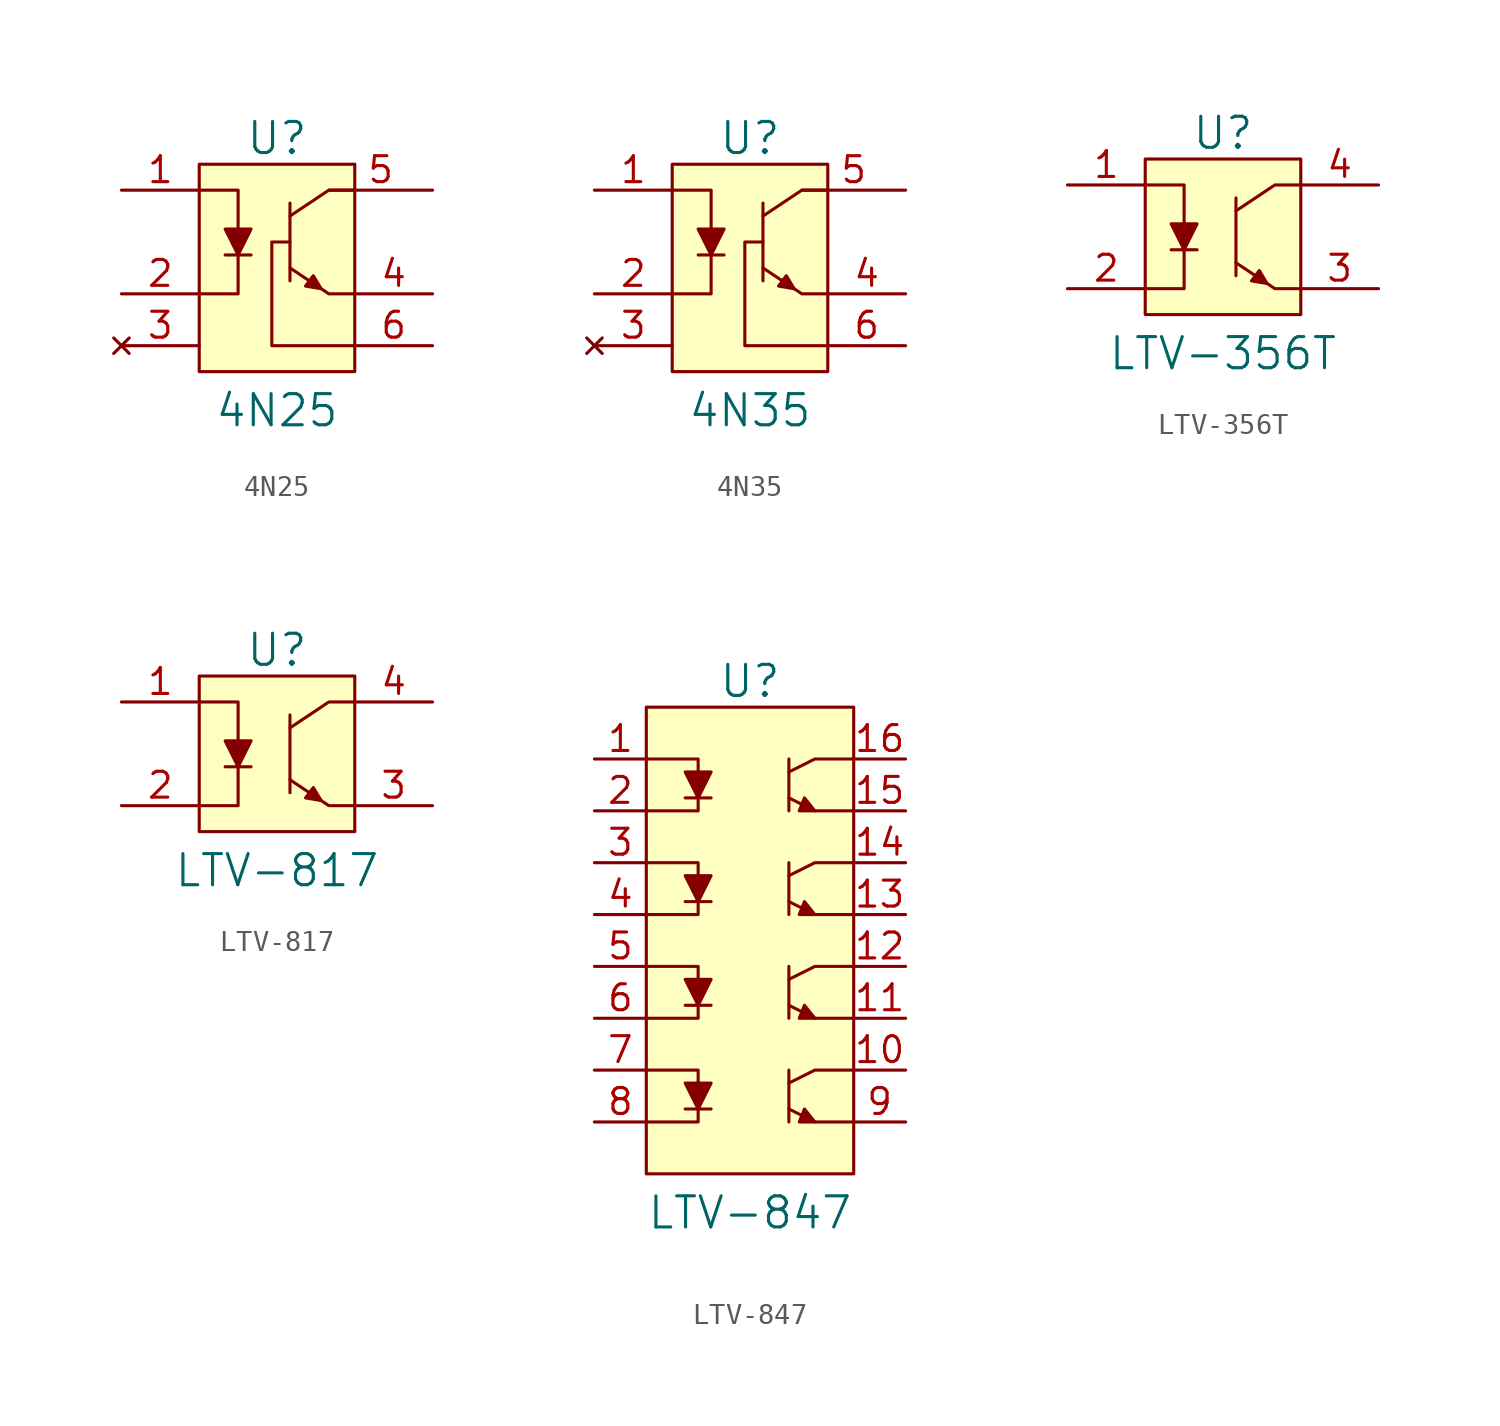
<source format=kicad_sym>
(kicad_symbol_lib
  (version 20201005)
  (generator kicad_symbol_editor)
  (symbol "4N25"
    (pin_names
      (offset 1.016))
    (property "Reference" "U"
      (at 0 5.08 0)
      (effects (font (size 1.524 1.524))))
    (property "Value" "4N25"
      (at 0 -8.255 0)
      (effects (font (size 1.524 1.524))))
    (symbol "4N25_0_1"
      (rectangle (start -3.81 3.81) (end 3.81 -6.35) (stroke (width 0)) (fill (type background)))
      (polyline (pts (xy -2.54 -0.635) (xy -1.27 -0.635)) (stroke (width 0)) (fill (type none)))
      (polyline (pts (xy 0.635 1.905) (xy 0.635 -1.905)) (stroke (width 0)) (fill (type none)))
      (polyline (pts (xy -3.81 -2.54) (xy -1.905 -2.54) (xy -1.905 -0.635)) (stroke (width 0)) (fill (type none)))
      (polyline (pts (xy -3.81 2.54) (xy -1.905 2.54) (xy -1.905 0.635)) (stroke (width 0)) (fill (type none)))
      (polyline (pts (xy 0.635 -1.27) (xy 2.54 -2.54) (xy 3.81 -2.54)) (stroke (width 0)) (fill (type none)))
      (polyline (pts (xy 0.635 1.27) (xy 2.54 2.54) (xy 3.81 2.54)) (stroke (width 0)) (fill (type none)))
      (polyline (pts (xy -2.54 0.635) (xy -1.27 0.635) (xy -1.905 -0.635) (xy -2.54 0.635)) (stroke (width 0)) (fill (type outline)))
      (polyline (pts (xy 2.159 -2.286) (xy 1.778 -1.651) (xy 1.397 -2.159) (xy 2.159 -2.286)) (stroke (width 0)) (fill (type outline)))
      (polyline (pts (xy 3.81 -5.08) (xy -0.254 -5.08) (xy -0.254 0) (xy 0.635 0)) (stroke (width 0)) (fill (type none))))
    (symbol "4N25_1_1"
      (pin passive line (at -7.62 2.54 0) (length 3.81) (name "~" (effects (font (size 1.27 1.27)))) (number "1" (effects (font (size 1.27 1.27)))))
      (pin passive line (at -7.62 -2.54 0) (length 3.81) (name "~" (effects (font (size 1.27 1.27)))) (number "2" (effects (font (size 1.27 1.27)))))
      (pin no_connect line (at -7.62 -5.08 0) (length 3.81) (name "~" (effects (font (size 1.27 1.27)))) (number "3" (effects (font (size 1.27 1.27)))))
      (pin passive line (at 7.62 -2.54 180) (length 3.81) (name "~" (effects (font (size 1.27 1.27)))) (number "4" (effects (font (size 1.27 1.27)))))
      (pin output line (at 7.62 2.54 180) (length 5.08) (name "~" (effects (font (size 1.27 1.27)))) (number "5" (effects (font (size 1.27 1.27)))))
      (pin input line (at 7.62 -5.08 180) (length 3.81) (name "~" (effects (font (size 1.27 1.27)))) (number "6" (effects (font (size 1.27 1.27)))))))
  (symbol "4N35"
    (pin_names
      (offset 1.016))
    (property "Reference" "U"
      (at 0 5.08 0)
      (effects (font (size 1.524 1.524))))
    (property "Value" "4N35"
      (at 0 -8.255 0)
      (effects (font (size 1.524 1.524))))
    (symbol "4N35_0_1"
      (rectangle (start -3.81 3.81) (end 3.81 -6.35) (stroke (width 0)) (fill (type background)))
      (polyline (pts (xy -2.54 -0.635) (xy -1.27 -0.635)) (stroke (width 0)) (fill (type none)))
      (polyline (pts (xy 0.635 1.905) (xy 0.635 -1.905)) (stroke (width 0)) (fill (type none)))
      (polyline (pts (xy -3.81 -2.54) (xy -1.905 -2.54) (xy -1.905 -0.635)) (stroke (width 0)) (fill (type none)))
      (polyline (pts (xy -3.81 2.54) (xy -1.905 2.54) (xy -1.905 0.635)) (stroke (width 0)) (fill (type none)))
      (polyline (pts (xy 0.635 -1.27) (xy 2.54 -2.54) (xy 3.81 -2.54)) (stroke (width 0)) (fill (type none)))
      (polyline (pts (xy 0.635 1.27) (xy 2.54 2.54) (xy 3.81 2.54)) (stroke (width 0)) (fill (type none)))
      (polyline (pts (xy -2.54 0.635) (xy -1.27 0.635) (xy -1.905 -0.635) (xy -2.54 0.635)) (stroke (width 0)) (fill (type outline)))
      (polyline (pts (xy 2.159 -2.286) (xy 1.778 -1.651) (xy 1.397 -2.159) (xy 2.159 -2.286)) (stroke (width 0)) (fill (type outline)))
      (polyline (pts (xy 3.81 -5.08) (xy -0.254 -5.08) (xy -0.254 0) (xy 0.635 0)) (stroke (width 0)) (fill (type none))))
    (symbol "4N35_1_1"
      (pin passive line (at -7.62 2.54 0) (length 3.81) (name "~" (effects (font (size 1.27 1.27)))) (number "1" (effects (font (size 1.27 1.27)))))
      (pin passive line (at -7.62 -2.54 0) (length 3.81) (name "~" (effects (font (size 1.27 1.27)))) (number "2" (effects (font (size 1.27 1.27)))))
      (pin no_connect line (at -7.62 -5.08 0) (length 3.81) (name "~" (effects (font (size 1.27 1.27)))) (number "3" (effects (font (size 1.27 1.27)))))
      (pin passive line (at 7.62 -2.54 180) (length 3.81) (name "~" (effects (font (size 1.27 1.27)))) (number "4" (effects (font (size 1.27 1.27)))))
      (pin output line (at 7.62 2.54 180) (length 5.08) (name "~" (effects (font (size 1.27 1.27)))) (number "5" (effects (font (size 1.27 1.27)))))
      (pin input line (at 7.62 -5.08 180) (length 3.81) (name "~" (effects (font (size 1.27 1.27)))) (number "6" (effects (font (size 1.27 1.27)))))))
  (symbol "LTV-356T"
    (pin_names
      (offset 1.016))
    (property "Reference" "U"
      (at 0 5.08 0)
      (effects (font (size 1.524 1.524))))
    (property "Value" "LTV-356T"
      (at 0 -5.715 0)
      (effects (font (size 1.524 1.524))))
    (symbol "LTV-356T_0_1"
      (rectangle (start -3.81 3.81) (end 3.81 -3.81) (stroke (width 0)) (fill (type background)))
      (polyline (pts (xy -2.54 -0.635) (xy -1.27 -0.635)) (stroke (width 0)) (fill (type none)))
      (polyline (pts (xy 0.635 1.905) (xy 0.635 -1.905)) (stroke (width 0)) (fill (type none)))
      (polyline (pts (xy -3.81 -2.54) (xy -1.905 -2.54) (xy -1.905 -0.635)) (stroke (width 0)) (fill (type none)))
      (polyline (pts (xy -3.81 2.54) (xy -1.905 2.54) (xy -1.905 0.635)) (stroke (width 0)) (fill (type none)))
      (polyline (pts (xy 0.635 -1.27) (xy 2.54 -2.54) (xy 3.81 -2.54)) (stroke (width 0)) (fill (type none)))
      (polyline (pts (xy 0.635 1.27) (xy 2.54 2.54) (xy 3.81 2.54)) (stroke (width 0)) (fill (type none)))
      (polyline (pts (xy -2.54 0.635) (xy -1.27 0.635) (xy -1.905 -0.635) (xy -2.54 0.635)) (stroke (width 0)) (fill (type outline)))
      (polyline (pts (xy 2.159 -2.286) (xy 1.778 -1.651) (xy 1.397 -2.159) (xy 2.159 -2.286)) (stroke (width 0)) (fill (type outline))))
    (symbol "LTV-356T_1_1"
      (pin passive line (at -7.62 2.54 0) (length 3.81) (name "~" (effects (font (size 1.27 1.27)))) (number "1" (effects (font (size 1.27 1.27)))))
      (pin passive line (at -7.62 -2.54 0) (length 3.81) (name "~" (effects (font (size 1.27 1.27)))) (number "2" (effects (font (size 1.27 1.27)))))
      (pin passive line (at 7.62 -2.54 180) (length 3.81) (name "~" (effects (font (size 1.27 1.27)))) (number "3" (effects (font (size 1.27 1.27)))))
      (pin passive line (at 7.62 2.54 180) (length 3.81) (name "~" (effects (font (size 1.27 1.27)))) (number "4" (effects (font (size 1.27 1.27)))))))
  (symbol "LTV-817"
    (pin_names
      (offset 1.016))
    (property "Reference" "U"
      (at 0 5.08 0)
      (effects (font (size 1.524 1.524))))
    (property "Value" "LTV-817"
      (at 0 -5.715 0)
      (effects (font (size 1.524 1.524))))
    (symbol "LTV-817_0_1"
      (rectangle (start -3.81 3.81) (end 3.81 -3.81) (stroke (width 0)) (fill (type background)))
      (polyline (pts (xy -2.54 -0.635) (xy -1.27 -0.635)) (stroke (width 0)) (fill (type none)))
      (polyline (pts (xy 0.635 1.905) (xy 0.635 -1.905)) (stroke (width 0)) (fill (type none)))
      (polyline (pts (xy -3.81 -2.54) (xy -1.905 -2.54) (xy -1.905 -0.635)) (stroke (width 0)) (fill (type none)))
      (polyline (pts (xy -3.81 2.54) (xy -1.905 2.54) (xy -1.905 0.635)) (stroke (width 0)) (fill (type none)))
      (polyline (pts (xy 0.635 -1.27) (xy 2.54 -2.54) (xy 3.81 -2.54)) (stroke (width 0)) (fill (type none)))
      (polyline (pts (xy 0.635 1.27) (xy 2.54 2.54) (xy 3.81 2.54)) (stroke (width 0)) (fill (type none)))
      (polyline (pts (xy -2.54 0.635) (xy -1.27 0.635) (xy -1.905 -0.635) (xy -2.54 0.635)) (stroke (width 0)) (fill (type outline)))
      (polyline (pts (xy 2.159 -2.286) (xy 1.778 -1.651) (xy 1.397 -2.159) (xy 2.159 -2.286)) (stroke (width 0)) (fill (type outline))))
    (symbol "LTV-817_1_1"
      (pin passive line (at -7.62 2.54 0) (length 3.81) (name "~" (effects (font (size 1.27 1.27)))) (number "1" (effects (font (size 1.27 1.27)))))
      (pin passive line (at -7.62 -2.54 0) (length 3.81) (name "~" (effects (font (size 1.27 1.27)))) (number "2" (effects (font (size 1.27 1.27)))))
      (pin passive line (at 7.62 -2.54 180) (length 3.81) (name "~" (effects (font (size 1.27 1.27)))) (number "3" (effects (font (size 1.27 1.27)))))
      (pin passive line (at 7.62 2.54 180) (length 3.81) (name "~" (effects (font (size 1.27 1.27)))) (number "4" (effects (font (size 1.27 1.27)))))))
  (symbol "LTV-847"
    (pin_names
      (offset 1.016))
    (property "Reference" "U"
      (at 0 11.43 0)
      (effects (font (size 1.524 1.524))))
    (property "Value" "LTV-847"
      (at 0 -14.605 0)
      (effects (font (size 1.524 1.524))))
    (symbol "LTV-847_0_1"
      (rectangle (start -5.08 10.16) (end 5.08 -12.7) (stroke (width 0)) (fill (type background)))
      (polyline (pts (xy -3.175 -9.525) (xy -1.905 -9.525)) (stroke (width 0)) (fill (type none)))
      (polyline (pts (xy -3.175 -4.445) (xy -1.905 -4.445)) (stroke (width 0)) (fill (type none)))
      (polyline (pts (xy -3.175 0.635) (xy -1.905 0.635)) (stroke (width 0)) (fill (type none)))
      (polyline (pts (xy -3.175 5.715) (xy -1.905 5.715)) (stroke (width 0)) (fill (type none)))
      (polyline (pts (xy 1.905 -7.62) (xy 1.905 -10.16)) (stroke (width 0)) (fill (type none)))
      (polyline (pts (xy 1.905 -2.54) (xy 1.905 -5.08)) (stroke (width 0)) (fill (type none)))
      (polyline (pts (xy 1.905 2.54) (xy 1.905 0)) (stroke (width 0)) (fill (type none)))
      (polyline (pts (xy 1.905 7.62) (xy 1.905 5.08)) (stroke (width 0)) (fill (type none)))
      (polyline (pts (xy -5.08 -10.16) (xy -2.54 -10.16) (xy -2.54 -9.525)) (stroke (width 0)) (fill (type none)))
      (polyline (pts (xy -5.08 -7.62) (xy -2.54 -7.62) (xy -2.54 -8.255)) (stroke (width 0)) (fill (type none)))
      (polyline (pts (xy -5.08 -5.08) (xy -2.54 -5.08) (xy -2.54 -4.445)) (stroke (width 0)) (fill (type none)))
      (polyline (pts (xy -5.08 -2.54) (xy -2.54 -2.54) (xy -2.54 -3.175)) (stroke (width 0)) (fill (type none)))
      (polyline (pts (xy -5.08 0) (xy -2.54 0) (xy -2.54 0.635)) (stroke (width 0)) (fill (type none)))
      (polyline (pts (xy -5.08 2.54) (xy -2.54 2.54) (xy -2.54 1.905)) (stroke (width 0)) (fill (type none)))
      (polyline (pts (xy -5.08 5.08) (xy -2.54 5.08) (xy -2.54 5.715)) (stroke (width 0)) (fill (type none)))
      (polyline (pts (xy -5.08 7.62) (xy -2.54 7.62) (xy -2.54 6.985)) (stroke (width 0)) (fill (type none)))
      (polyline (pts (xy 1.905 -9.525) (xy 3.175 -10.16) (xy 5.08 -10.16)) (stroke (width 0)) (fill (type none)))
      (polyline (pts (xy 1.905 -8.255) (xy 3.175 -7.62) (xy 5.08 -7.62)) (stroke (width 0)) (fill (type none)))
      (polyline (pts (xy 1.905 -4.445) (xy 3.175 -5.08) (xy 5.08 -5.08)) (stroke (width 0)) (fill (type none)))
      (polyline (pts (xy 1.905 -3.175) (xy 3.175 -2.54) (xy 5.08 -2.54)) (stroke (width 0)) (fill (type none)))
      (polyline (pts (xy 1.905 0.635) (xy 3.175 0) (xy 5.08 0)) (stroke (width 0)) (fill (type none)))
      (polyline (pts (xy 1.905 1.905) (xy 3.175 2.54) (xy 5.08 2.54)) (stroke (width 0)) (fill (type none)))
      (polyline (pts (xy 1.905 5.715) (xy 3.175 5.08) (xy 5.08 5.08)) (stroke (width 0)) (fill (type none)))
      (polyline (pts (xy 1.905 6.985) (xy 3.175 7.62) (xy 5.08 7.62)) (stroke (width 0)) (fill (type none)))
      (polyline (pts (xy -3.175 -8.255) (xy -1.905 -8.255) (xy -2.54 -9.525) (xy -3.175 -8.255)) (stroke (width 0)) (fill (type outline)))
      (polyline (pts (xy -3.175 -3.175) (xy -1.905 -3.175) (xy -2.54 -4.445) (xy -3.175 -3.175)) (stroke (width 0)) (fill (type outline)))
      (polyline (pts (xy -3.175 1.905) (xy -1.905 1.905) (xy -2.54 0.635) (xy -3.175 1.905)) (stroke (width 0)) (fill (type outline)))
      (polyline (pts (xy -3.175 6.985) (xy -1.905 6.985) (xy -2.54 5.715) (xy -3.175 6.985)) (stroke (width 0)) (fill (type outline)))
      (polyline (pts (xy 3.175 -10.16) (xy 2.667 -9.525) (xy 2.413 -10.16) (xy 3.175 -10.16)) (stroke (width 0)) (fill (type outline)))
      (polyline (pts (xy 3.175 -5.08) (xy 2.667 -4.445) (xy 2.413 -5.08) (xy 3.175 -5.08)) (stroke (width 0)) (fill (type outline)))
      (polyline (pts (xy 3.175 0) (xy 2.667 0.635) (xy 2.413 0) (xy 3.175 0)) (stroke (width 0)) (fill (type outline)))
      (polyline (pts (xy 3.175 5.08) (xy 2.667 5.715) (xy 2.413 5.08) (xy 3.175 5.08)) (stroke (width 0)) (fill (type outline))))
    (symbol "LTV-847_1_1"
      (pin passive line (at -7.62 7.62 0) (length 2.54) (name "~" (effects (font (size 1.27 1.27)))) (number "1" (effects (font (size 1.27 1.27)))))
      (pin passive line (at -7.62 5.08 0) (length 2.54) (name "~" (effects (font (size 1.27 1.27)))) (number "2" (effects (font (size 1.27 1.27)))))
      (pin passive line (at -7.62 2.54 0) (length 2.54) (name "~" (effects (font (size 1.27 1.27)))) (number "3" (effects (font (size 1.27 1.27)))))
      (pin passive line (at -7.62 0 0) (length 2.54) (name "~" (effects (font (size 1.27 1.27)))) (number "4" (effects (font (size 1.27 1.27)))))
      (pin passive line (at -7.62 -2.54 0) (length 2.54) (name "~" (effects (font (size 1.27 1.27)))) (number "5" (effects (font (size 1.27 1.27)))))
      (pin passive line (at -7.62 -5.08 0) (length 2.54) (name "~" (effects (font (size 1.27 1.27)))) (number "6" (effects (font (size 1.27 1.27)))))
      (pin passive line (at -7.62 -7.62 0) (length 2.54) (name "~" (effects (font (size 1.27 1.27)))) (number "7" (effects (font (size 1.27 1.27)))))
      (pin passive line (at -7.62 -10.16 0) (length 2.54) (name "~" (effects (font (size 1.27 1.27)))) (number "8" (effects (font (size 1.27 1.27)))))
      (pin passive line (at 7.62 -10.16 180) (length 2.54) (name "~" (effects (font (size 1.27 1.27)))) (number "9" (effects (font (size 1.27 1.27)))))
      (pin passive line (at 7.62 -7.62 180) (length 2.54) (name "~" (effects (font (size 1.27 1.27)))) (number "10" (effects (font (size 1.27 1.27)))))
      (pin passive line (at 7.62 -5.08 180) (length 2.54) (name "~" (effects (font (size 1.27 1.27)))) (number "11" (effects (font (size 1.27 1.27)))))
      (pin passive line (at 7.62 -2.54 180) (length 2.54) (name "~" (effects (font (size 1.27 1.27)))) (number "12" (effects (font (size 1.27 1.27)))))
      (pin passive line (at 7.62 0 180) (length 2.54) (name "~" (effects (font (size 1.27 1.27)))) (number "13" (effects (font (size 1.27 1.27)))))
      (pin passive line (at 7.62 2.54 180) (length 2.54) (name "~" (effects (font (size 1.27 1.27)))) (number "14" (effects (font (size 1.27 1.27)))))
      (pin passive line (at 7.62 5.08 180) (length 2.54) (name "~" (effects (font (size 1.27 1.27)))) (number "15" (effects (font (size 1.27 1.27)))))
      (pin passive line (at 7.62 7.62 180) (length 2.54) (name "~" (effects (font (size 1.27 1.27)))) (number "16" (effects (font (size 1.27 1.27))))))))
</source>
